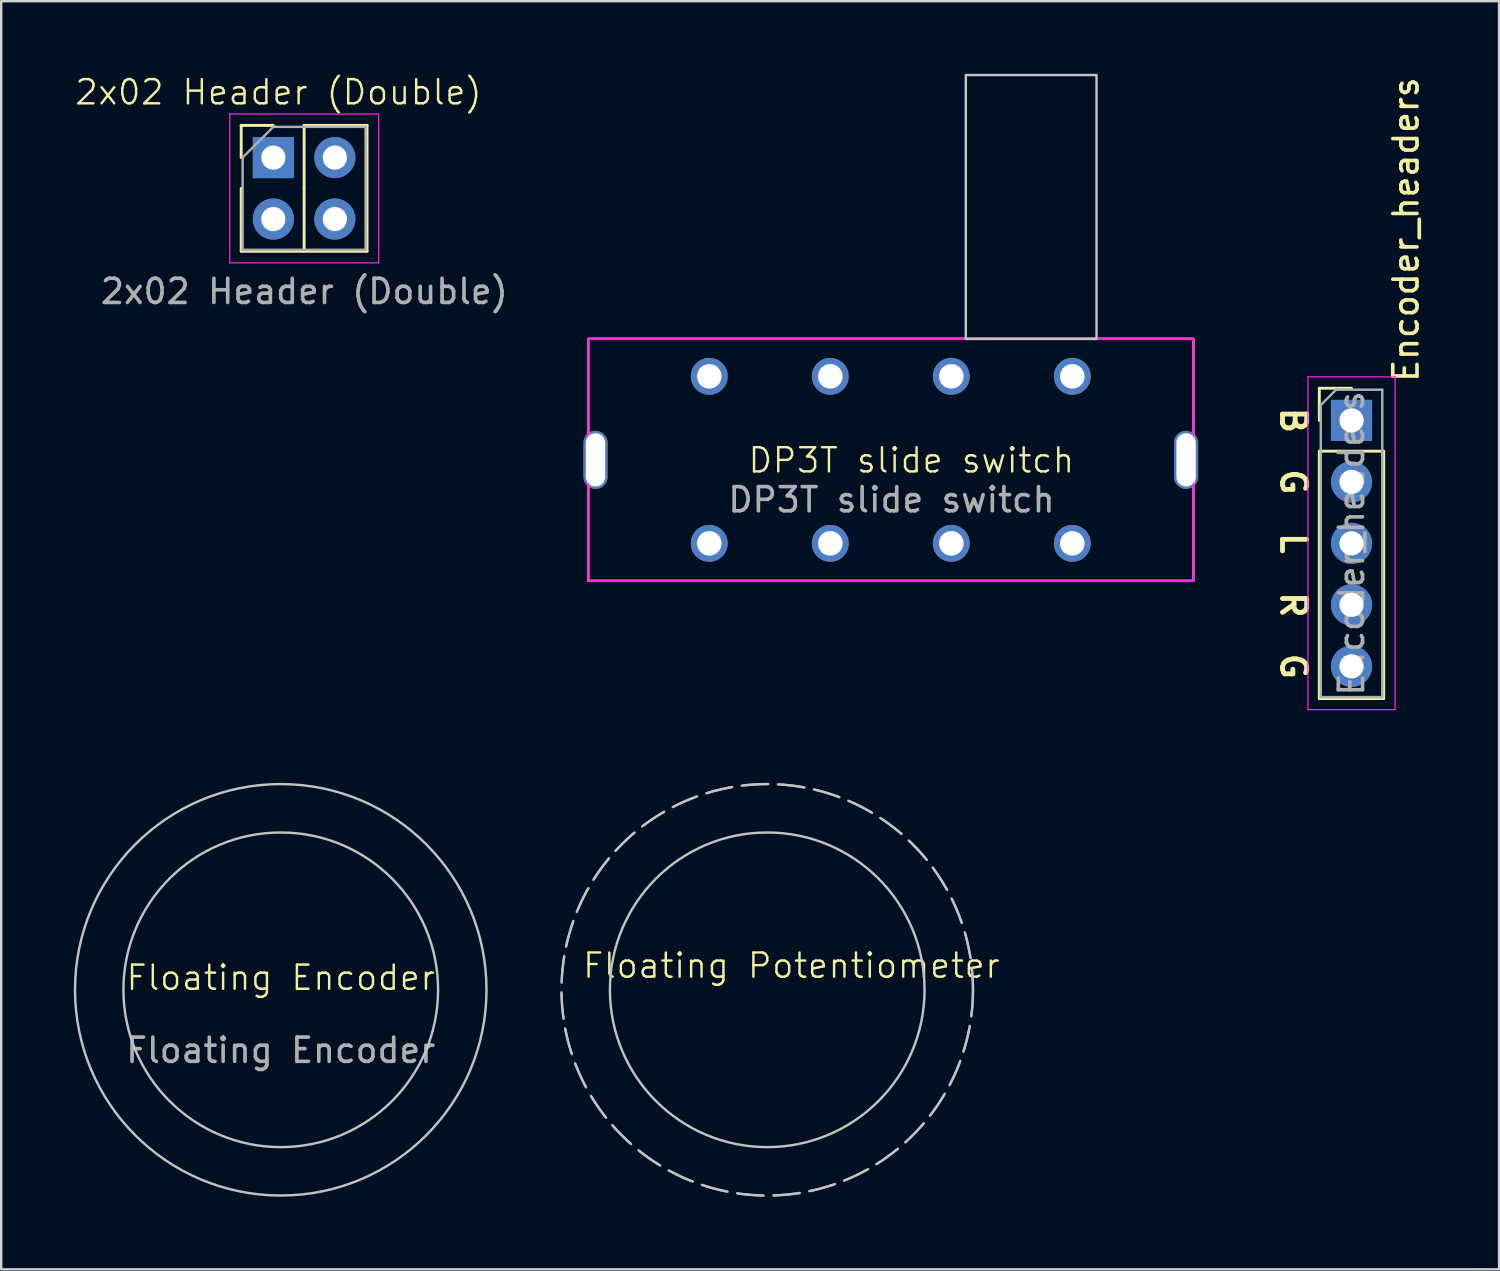
<source format=kicad_pcb>
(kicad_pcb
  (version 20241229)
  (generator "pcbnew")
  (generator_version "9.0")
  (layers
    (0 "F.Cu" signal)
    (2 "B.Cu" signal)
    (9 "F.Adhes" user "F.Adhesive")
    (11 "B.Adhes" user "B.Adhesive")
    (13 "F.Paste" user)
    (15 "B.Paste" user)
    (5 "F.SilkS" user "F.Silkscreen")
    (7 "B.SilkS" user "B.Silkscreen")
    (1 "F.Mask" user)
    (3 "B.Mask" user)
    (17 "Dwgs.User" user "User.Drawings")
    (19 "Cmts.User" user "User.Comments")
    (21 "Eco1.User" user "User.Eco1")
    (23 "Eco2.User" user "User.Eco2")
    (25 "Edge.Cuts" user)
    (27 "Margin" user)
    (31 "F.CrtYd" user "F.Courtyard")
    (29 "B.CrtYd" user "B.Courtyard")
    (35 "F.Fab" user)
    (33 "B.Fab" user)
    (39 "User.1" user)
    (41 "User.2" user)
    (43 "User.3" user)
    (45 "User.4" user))
  (footprint "Floating Encoder"
    (layer "F.Cu")
    (at 8.55 37.846)
    (property "Reference" "Floating Encoder" (at 0 -0.5 0) (unlocked yes) (layer "F.SilkS") (effects (font (size 1 1) (thickness 0.1))))
    (fp_circle (center 0 0) (end 6.5 0) (stroke (width 0.1) (type default)) (fill no) (layer "Dwgs.User"))
    (fp_circle (center 0 0) (end 8.5 0) (stroke (width 0.1) (type default)) (fill no) (layer "Dwgs.User"))
    (fp_text user "${REFERENCE}" (at 0 2.5 0) (unlocked yes) (layer "F.Fab") (effects (font (size 1 1) (thickness 0.15)))))
  (footprint "2x02 Header (Double)"
    (layer "F.Cu")
    (at 8.245 3.461)
    (property "Reference" "2x02 Header (Double)" (at 0.21 -2.7 0) (unlocked yes) (layer "F.SilkS") (effects (font (size 1 1) (thickness 0.1))))
    (attr through_hole)
    (fp_line (start -1.33 -1.33) (end 0 -1.33) (stroke (width 0.12) (type solid)) (layer "F.SilkS"))
    (fp_line (start -1.33 0) (end -1.33 -1.33) (stroke (width 0.12) (type solid)) (layer "F.SilkS"))
    (fp_line (start -1.33 1.27) (end -1.33 3.87) (stroke (width 0.12) (type solid)) (layer "F.SilkS"))
    (fp_line (start -1.33 3.87) (end 3.87 3.87) (stroke (width 0.12) (type solid)) (layer "F.SilkS"))
    (fp_line (start 1.27 -1.33) (end 3.87 -1.33) (stroke (width 0.12) (type solid)) (layer "F.SilkS"))
    (fp_line (start 1.27 1.27) (end 1.27 -1.33) (stroke (width 0.12) (type solid)) (layer "F.SilkS"))
    (fp_line (start 1.27 3.87) (end 1.27 1.27) (stroke (width 0.12) (type solid)) (layer "F.SilkS"))
    (fp_line (start 3.87 -1.33) (end 3.87 3.87) (stroke (width 0.12) (type solid)) (layer "F.SilkS"))
    (fp_line (start -1.8 -1.8) (end -1.8 4.35) (stroke (width 0.05) (type solid)) (layer "F.CrtYd"))
    (fp_line (start -1.8 4.35) (end 4.35 4.35) (stroke (width 0.05) (type solid)) (layer "F.CrtYd"))
    (fp_line (start 4.35 -1.8) (end -1.8 -1.8) (stroke (width 0.05) (type solid)) (layer "F.CrtYd"))
    (fp_line (start 4.35 4.35) (end 4.35 -1.8) (stroke (width 0.05) (type solid)) (layer "F.CrtYd"))
    (fp_line (start -1.27 0) (end 0 -1.27) (stroke (width 0.1) (type solid)) (layer "F.Fab"))
    (fp_line (start -1.27 3.81) (end -1.27 0) (stroke (width 0.1) (type solid)) (layer "F.Fab"))
    (fp_line (start 0 -1.27) (end 3.81 -1.27) (stroke (width 0.1) (type solid)) (layer "F.Fab"))
    (fp_line (start 3.81 -1.27) (end 3.81 3.81) (stroke (width 0.1) (type solid)) (layer "F.Fab"))
    (fp_line (start 3.81 3.81) (end -1.27 3.81) (stroke (width 0.1) (type solid)) (layer "F.Fab"))
    (fp_text user "${REFERENCE}" (at 1.28 5.53 0) (unlocked yes) (layer "F.Fab") (effects (font (size 1 1) (thickness 0.15))))
    (pad "1" thru_hole rect (at 0 0) (size 1.7 1.7) (drill 1) (layers "*.Cu" "*.Mask"))
    (pad "1" thru_hole oval (at 0 2.54) (size 1.7 1.7) (drill 1) (layers "*.Cu" "*.Mask"))
    (pad "2" thru_hole oval (at 2.54 0) (size 1.7 1.7) (drill 1) (layers "*.Cu" "*.Mask"))
    (pad "2" thru_hole oval (at 2.54 2.54) (size 1.7 1.7) (drill 1) (layers "*.Cu" "*.Mask")))
  (footprint "DP3T slide switch"
    (layer "F.Cu")
    (at 26.255 12.5)
    (property "Reference" "DP3T slide switch" (at 8.35 3.47 0) (unlocked yes) (layer "F.SilkS") (effects (font (size 1 1) (thickness 0.1))))
    (attr through_hole)
    (fp_rect (start -5 -1.55) (end 20 8.45) (stroke (width 0.1) (type default)) (fill no) (layer "F.SilkS"))
    (fp_rect (start 10.6 -12.45) (end 16 -1.55) (stroke (width 0.1) (type default)) (fill no) (layer "Dwgs.User"))
    (fp_rect (start -5 -1.55) (end 20 8.45) (stroke (width 0.1) (type default)) (fill no) (layer "F.CrtYd"))
    (fp_text user "${REFERENCE}" (at 7.53 5.1 0) (unlocked yes) (layer "F.Fab") (effects (font (size 1 1) (thickness 0.15))))
    (pad "" np_thru_hole oval (at -4.7 3.45) (size 1 2.4) (drill oval 0.8 2.2) (layers "*.Cu" "*.Mask"))
    (pad "" np_thru_hole oval (at 19.7 3.45) (size 1 2.4) (drill oval 0.8 2.2) (layers "*.Cu" "*.Mask"))
    (pad "1" thru_hole circle (at 15 0) (size 1.524 1.524) (drill 1.016) (layers "*.Cu" "*.Mask"))
    (pad "2" thru_hole circle (at 10 0) (size 1.524 1.524) (drill 1.016) (layers "*.Cu" "*.Mask"))
    (pad "3" thru_hole circle (at 5 0) (size 1.524 1.524) (drill 1.016) (layers "*.Cu" "*.Mask"))
    (pad "4" thru_hole circle (at 0 0) (size 1.524 1.524) (drill 1.016) (layers "*.Cu" "*.Mask"))
    (pad "5" thru_hole circle (at 0 6.9) (size 1.524 1.524) (drill 1.016) (layers "*.Cu" "*.Mask"))
    (pad "6" thru_hole circle (at 5 6.9) (size 1.524 1.524) (drill 1.016) (layers "*.Cu" "*.Mask"))
    (pad "7" thru_hole circle (at 10 6.9) (size 1.524 1.524) (drill 1.016) (layers "*.Cu" "*.Mask"))
    (pad "8" thru_hole circle (at 15 6.9) (size 1.524 1.524) (drill 1.016) (layers "*.Cu" "*.Mask")))
  (footprint "Floating Potentiometer"
    (layer "F.Cu")
    (at 28.65 37.846)
    (property "Reference" "Floating Potentiometer" (at 1 -1 0) (unlocked yes) (layer "F.SilkS") (effects (font (size 1 1) (thickness 0.1))))
    (attr exclude_from_bom)
    (fp_circle (center 0 0) (end 6.5 0) (stroke (width 0.1) (type default)) (fill no) (layer "Dwgs.User"))
    (fp_circle (center 0 0) (end 8.5 0) (stroke (width 0.1) (type dash)) (fill no) (layer "Dwgs.User")))
  (footprint "Encoder_headers"
    (layer "F.Cu")
    (at 52.791 14.321)
    (property "Reference" "Encoder_headers" (at 2.25 -1.5 270) (layer "F.SilkS") (effects (font (size 1 1) (thickness 0.15)) (justify left)))
    (attr through_hole)
    (fp_line (start -1.33 -1.33) (end 0 -1.33) (stroke (width 0.12) (type solid)) (layer "F.SilkS"))
    (fp_line (start -1.33 0) (end -1.33 -1.33) (stroke (width 0.12) (type solid)) (layer "F.SilkS"))
    (fp_line (start -1.33 1.27) (end -1.33 11.49) (stroke (width 0.12) (type solid)) (layer "F.SilkS"))
    (fp_line (start -1.33 1.27) (end 1.33 1.27) (stroke (width 0.12) (type solid)) (layer "F.SilkS"))
    (fp_line (start -1.33 11.49) (end 1.33 11.49) (stroke (width 0.12) (type solid)) (layer "F.SilkS"))
    (fp_line (start 1.33 1.27) (end 1.33 11.49) (stroke (width 0.12) (type solid)) (layer "F.SilkS"))
    (fp_line (start -1.8 -1.8) (end -1.8 11.95) (stroke (width 0.05) (type solid)) (layer "F.CrtYd"))
    (fp_line (start -1.8 11.95) (end 1.8 11.95) (stroke (width 0.05) (type solid)) (layer "F.CrtYd"))
    (fp_line (start 1.8 -1.8) (end -1.8 -1.8) (stroke (width 0.05) (type solid)) (layer "F.CrtYd"))
    (fp_line (start 1.8 11.95) (end 1.8 -1.8) (stroke (width 0.05) (type solid)) (layer "F.CrtYd"))
    (fp_line (start -1.27 -0.635) (end -0.635 -1.27) (stroke (width 0.1) (type solid)) (layer "F.Fab"))
    (fp_line (start -1.27 11.43) (end -1.27 -0.635) (stroke (width 0.1) (type solid)) (layer "F.Fab"))
    (fp_line (start -0.635 -1.27) (end 1.27 -1.27) (stroke (width 0.1) (type solid)) (layer "F.Fab"))
    (fp_line (start 1.27 -1.27) (end 1.27 11.43) (stroke (width 0.1) (type solid)) (layer "F.Fab"))
    (fp_line (start 1.27 11.43) (end -1.27 11.43) (stroke (width 0.1) (type solid)) (layer "F.Fab"))
    (fp_text user "L" (at -2.4 5.08 270) (unlocked yes) (layer "F.SilkS") (effects (font (size 1 1) (thickness 0.2) (bold yes))))
    (fp_text user "R" (at -2.4 7.62 270) (unlocked yes) (layer "F.SilkS") (effects (font (size 1 1) (thickness 0.2) (bold yes))))
    (fp_text user "B" (at -2.4 0 270) (unlocked yes) (layer "F.SilkS") (effects (font (size 1 1) (thickness 0.2) (bold yes))))
    (fp_text user "G" (at -2.4 2.54 270) (unlocked yes) (layer "F.SilkS") (effects (font (size 1 1) (thickness 0.2) (bold yes))))
    (fp_text user "G" (at -2.4 10.16 270) (unlocked yes) (layer "F.SilkS") (effects (font (size 1 1) (thickness 0.2) (bold yes))))
    (fp_text user "${REFERENCE}" (at 0 5.08 90) (layer "F.Fab") (effects (font (size 1 1) (thickness 0.15))))
    (pad "1" thru_hole rect (at 0 0) (size 1.7 1.7) (drill 1) (layers "*.Cu" "*.Mask"))
    (pad "2" thru_hole oval (at 0 2.54) (size 1.7 1.7) (drill 1) (layers "*.Cu" "*.Mask"))
    (pad "3" thru_hole oval (at 0 5.08) (size 1.7 1.7) (drill 1) (layers "*.Cu" "*.Mask"))
    (pad "4" thru_hole oval (at 0 7.62) (size 1.7 1.7) (drill 1) (layers "*.Cu" "*.Mask"))
    (pad "5" thru_hole oval (at 0 10.16) (size 1.7 1.7) (drill 1) (layers "*.Cu" "*.Mask")))
  (gr_rect
    (start -3 -3)
    (end 58.889 49.396)
    (stroke (width 0.1) (type default))
    (fill no)
    (layer "Edge.Cuts")))
</source>
